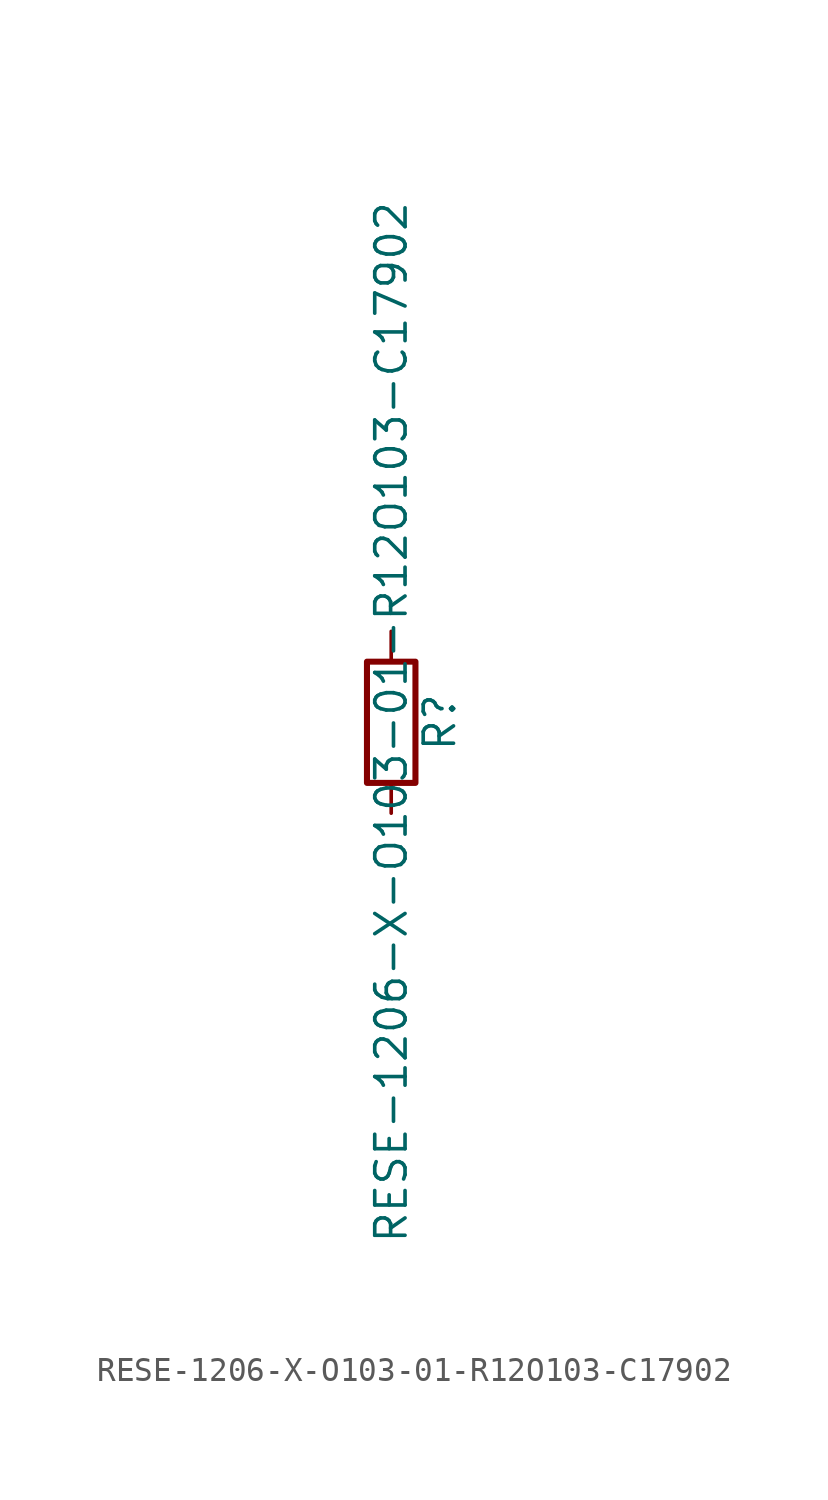
<source format=kicad_sym>
(kicad_symbol_lib
  (version 20211014)
  (generator kicad_symbol_editor)
  (symbol "RESE-1206-X-O103-01-R12O103-C17902"
    (pin_numbers hide)
    (pin_names
      (offset 0))
    (property "Reference" "R"
      (at 2.032 0 90)
      (effects (font (size 1.27 1.27))))
    (property "Value" "RESE-1206-X-O103-01-R12O103-C17902"
      (at 0 0 90)
      (effects (font (size 1.27 1.27))))
    (symbol "RESE-1206-X-O103-01-R12O103-C17902_0_1"
      (rectangle (start -1.016 -2.54) (end 1.016 2.54) (stroke (width 0.254) (type default) (color 0 0 0 0)) (fill (type none))))
    (symbol "RESE-1206-X-O103-01-R12O103-C17902_1_1"
      (pin passive line (at 0 3.81 270) (length 1.27) (name "~" (effects (font (size 1.27 1.27)))) (number "1" (effects (font (size 1.27 1.27)))))
      (pin passive line (at 0 -3.81 90) (length 1.27) (name "~" (effects (font (size 1.27 1.27)))) (number "2" (effects (font (size 1.27 1.27))))))))
</source>
